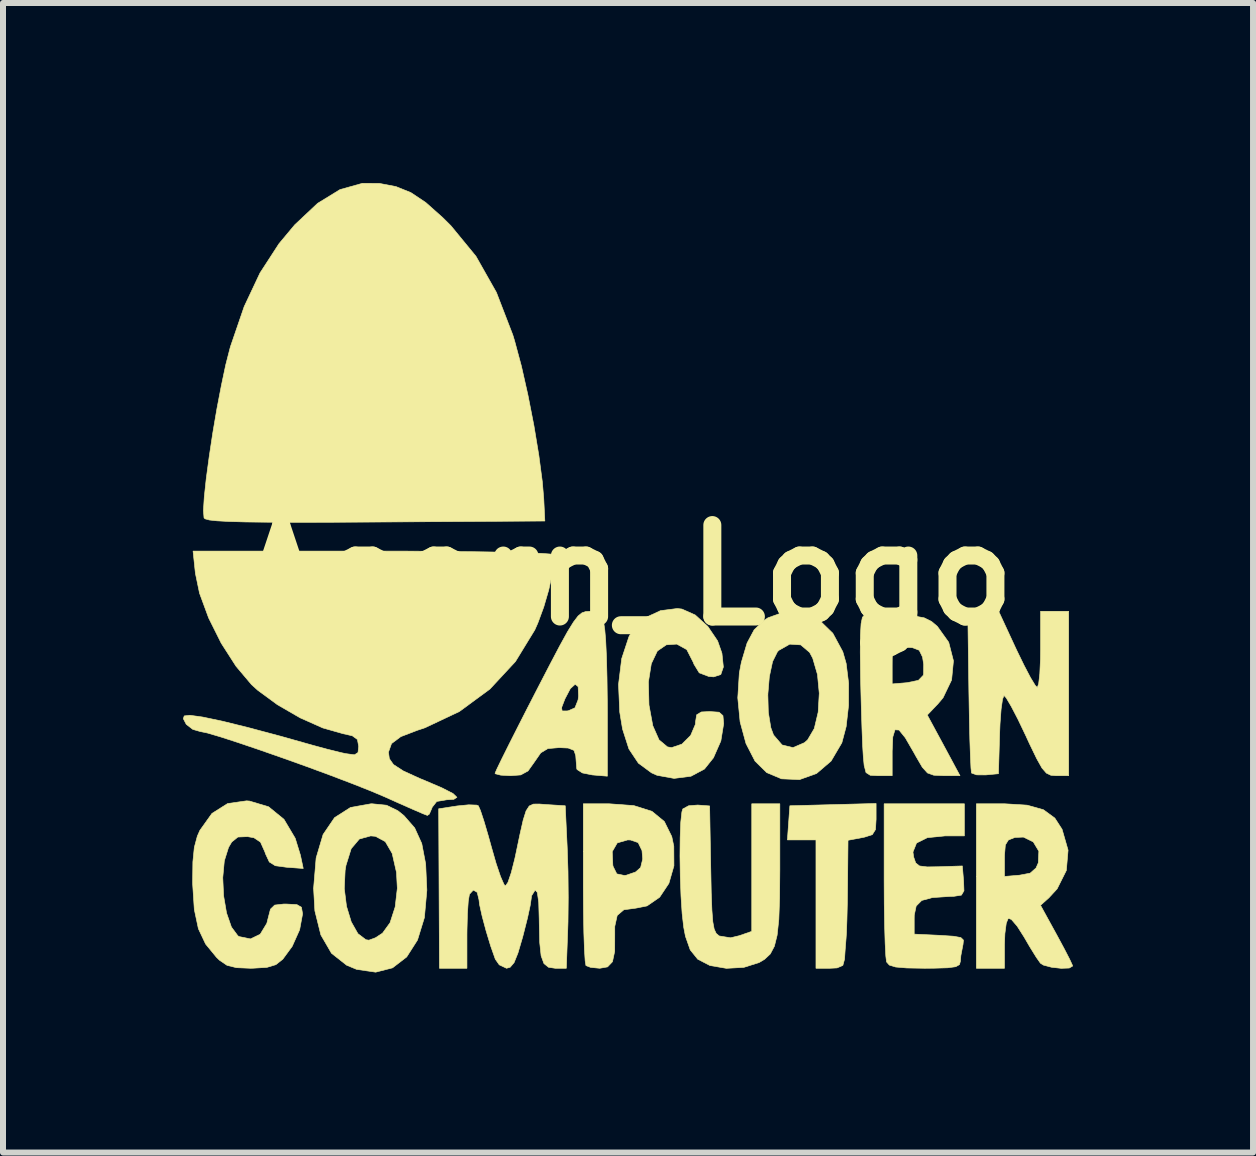
<source format=kicad_pcb>
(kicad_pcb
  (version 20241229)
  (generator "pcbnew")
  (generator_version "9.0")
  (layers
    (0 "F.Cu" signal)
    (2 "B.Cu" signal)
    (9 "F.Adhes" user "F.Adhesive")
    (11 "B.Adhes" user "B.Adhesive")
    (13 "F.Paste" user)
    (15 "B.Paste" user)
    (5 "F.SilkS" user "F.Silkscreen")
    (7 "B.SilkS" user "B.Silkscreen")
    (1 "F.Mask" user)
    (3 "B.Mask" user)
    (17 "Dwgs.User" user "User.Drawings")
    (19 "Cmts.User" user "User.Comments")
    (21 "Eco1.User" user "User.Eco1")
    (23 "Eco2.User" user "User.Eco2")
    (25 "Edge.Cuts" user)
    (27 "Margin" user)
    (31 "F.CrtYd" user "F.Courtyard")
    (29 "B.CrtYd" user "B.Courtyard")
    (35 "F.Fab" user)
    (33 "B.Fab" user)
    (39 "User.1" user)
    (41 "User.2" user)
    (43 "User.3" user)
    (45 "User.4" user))
  (footprint "Acorn_Logo"
    (layer "F.Cu")
    (at 7.405 6.534)
    (property "Reference" "Acorn_Logo" (at 0 0 0) (layer "F.SilkS") (effects (font (size 1.524 1.524) (thickness 0.3))))
    (attr through_hole)
    (fp_poly (pts (xy 4.144 4.068) (xy 4.134 4.239) (xy 4.081 4.324) (xy 3.95 4.366) (xy 3.91 4.374) (xy 3.676 4.418) (xy 3.669 5.133) (xy 3.665 5.452) (xy 3.658 5.74) (xy 3.65 5.959) (xy 3.644 6.049) (xy 3.628 6.251) (xy 3.618 6.4) (xy 3.59 6.503) (xy 3.494 6.545) (xy 3.376 6.551) (xy 3.142 6.551) (xy 3.142 4.412) (xy 2.666 4.412) (xy 2.707 3.843) (xy 3.426 3.824) (xy 4.144 3.805) (xy 4.144 4.068)) (stroke (width 0.01) (type solid)) (fill yes) (layer "F.SilkS"))
    (fp_poly (pts (xy 2.54 4.91) (xy 2.536 5.381) (xy 2.523 5.737) (xy 2.495 5.999) (xy 2.449 6.184) (xy 2.381 6.312) (xy 2.285 6.402) (xy 2.196 6.455) (xy 1.94 6.536) (xy 1.649 6.552) (xy 1.375 6.505) (xy 1.172 6.4) (xy 1.047 6.245) (xy 0.967 6.018) (xy 0.938 5.867) (xy 0.912 5.64) (xy 0.893 5.347) (xy 0.881 5.018) (xy 0.876 4.682) (xy 0.879 4.372) (xy 0.889 4.116) (xy 0.908 3.945) (xy 0.923 3.896) (xy 1.02 3.843) (xy 1.172 3.831) (xy 1.37 3.846) (xy 1.389 4.896) (xy 1.397 5.296) (xy 1.408 5.583) (xy 1.423 5.777) (xy 1.446 5.899) (xy 1.479 5.97) (xy 1.525 6.009) (xy 1.532 6.013) (xy 1.719 6.043) (xy 1.865 6.008) (xy 2.072 5.936) (xy 2.072 3.81) (xy 2.54 3.81) (xy 2.54 4.91)) (stroke (width 0.01) (type solid)) (fill yes) (layer "F.SilkS"))
    (fp_poly (pts (xy 6.48 1.237) (xy 6.607 1.498) (xy 6.717 1.708) (xy 6.797 1.839) (xy 6.83 1.872) (xy 6.853 1.81) (xy 6.872 1.643) (xy 6.883 1.401) (xy 6.885 1.237) (xy 6.885 0.602) (xy 7.353 0.602) (xy 7.353 3.342) (xy 7.149 3.342) (xy 7.057 3.335) (xy 6.982 3.299) (xy 6.908 3.214) (xy 6.82 3.057) (xy 6.7 2.809) (xy 6.638 2.674) (xy 6.509 2.404) (xy 6.396 2.187) (xy 6.313 2.046) (xy 6.275 2.005) (xy 6.251 2.067) (xy 6.227 2.234) (xy 6.209 2.478) (xy 6.202 2.657) (xy 6.183 3.309) (xy 5.972 3.329) (xy 5.818 3.328) (xy 5.735 3.298) (xy 5.734 3.296) (xy 5.725 3.215) (xy 5.716 3.022) (xy 5.706 2.738) (xy 5.698 2.384) (xy 5.691 1.981) (xy 5.69 1.922) (xy 5.672 0.602) (xy 6.186 0.602) (xy 6.48 1.237)) (stroke (width 0.01) (type solid)) (fill yes) (layer "F.SilkS"))
    (fp_poly (pts (xy -4.134 -6.528) (xy -3.857 -6.475) (xy -3.609 -6.375) (xy -3.36 -6.209) (xy -3.079 -5.959) (xy -2.941 -5.822) (xy -2.524 -5.314) (xy -2.183 -4.711) (xy -1.91 -4.003) (xy -1.879 -3.901) (xy -1.767 -3.485) (xy -1.658 -3.002) (xy -1.558 -2.492) (xy -1.476 -1.996) (xy -1.418 -1.556) (xy -1.394 -1.27) (xy -1.376 -0.902) (xy -4.199 -0.885) (xy -4.913 -0.881) (xy -5.503 -0.88) (xy -5.98 -0.882) (xy -6.355 -0.886) (xy -6.638 -0.894) (xy -6.839 -0.905) (xy -6.968 -0.919) (xy -7.037 -0.938) (xy -7.055 -0.954) (xy -7.065 -1.075) (xy -7.051 -1.301) (xy -7.018 -1.61) (xy -6.969 -1.974) (xy -6.909 -2.371) (xy -6.84 -2.775) (xy -6.766 -3.161) (xy -6.693 -3.506) (xy -6.622 -3.782) (xy -6.614 -3.81) (xy -6.386 -4.475) (xy -6.122 -5.036) (xy -5.806 -5.523) (xy -5.543 -5.838) (xy -5.162 -6.196) (xy -4.789 -6.425) (xy -4.417 -6.529) (xy -4.134 -6.528)) (stroke (width 0.01) (type solid)) (fill yes) (layer "F.SilkS"))
    (fp_poly (pts (xy 0.106 3.84) (xy 0.409 3.936) (xy 0.615 4.105) (xy 0.739 4.356) (xy 0.773 4.517) (xy 0.775 4.844) (xy 0.691 5.136) (xy 0.537 5.367) (xy 0.327 5.512) (xy 0.141 5.549) (xy -0.059 5.576) (xy -0.17 5.67) (xy -0.211 5.855) (xy -0.211 5.988) (xy -0.212 6.269) (xy -0.249 6.442) (xy -0.331 6.528) (xy -0.461 6.551) (xy -0.613 6.536) (xy -0.691 6.506) (xy -0.704 6.428) (xy -0.716 6.238) (xy -0.726 5.956) (xy -0.732 5.604) (xy -0.735 5.201) (xy -0.735 5.136) (xy -0.735 4.607) (xy -0.253 4.607) (xy -0.243 4.834) (xy -0.238 4.855) (xy -0.177 4.978) (xy -0.053 5.004) (xy -0.021 5.001) (xy 0.136 4.947) (xy 0.22 4.873) (xy 0.255 4.731) (xy 0.243 4.589) (xy 0.179 4.457) (xy 0.05 4.413) (xy 0.003 4.412) (xy -0.169 4.462) (xy -0.253 4.607) (xy -0.735 4.607) (xy -0.735 3.81) (xy -0.305 3.81) (xy 0.106 3.84)) (stroke (width 0.01) (type solid)) (fill yes) (layer "F.SilkS"))
    (fp_poly (pts (xy -4.014 3.834) (xy -3.825 3.926) (xy -3.724 4.007) (xy -3.545 4.212) (xy -3.427 4.472) (xy -3.362 4.811) (xy -3.342 5.25) (xy -3.383 5.707) (xy -3.498 6.08) (xy -3.678 6.362) (xy -3.914 6.544) (xy -4.195 6.616) (xy -4.513 6.569) (xy -4.679 6.5) (xy -4.931 6.301) (xy -5.108 5.996) (xy -5.208 5.594) (xy -5.229 5.223) (xy -4.718 5.223) (xy -4.681 5.518) (xy -4.602 5.778) (xy -4.491 5.974) (xy -4.358 6.075) (xy -4.308 6.083) (xy -4.199 6.043) (xy -4.081 5.966) (xy -3.955 5.792) (xy -3.87 5.529) (xy -3.834 5.218) (xy -3.848 4.953) (xy -3.92 4.637) (xy -4.034 4.441) (xy -4.198 4.352) (xy -4.278 4.345) (xy -4.467 4.397) (xy -4.603 4.558) (xy -4.69 4.837) (xy -4.704 4.922) (xy -4.718 5.223) (xy -5.229 5.223) (xy -5.229 5.216) (xy -5.187 4.713) (xy -5.071 4.322) (xy -4.88 4.041) (xy -4.614 3.871) (xy -4.273 3.81) (xy -4.253 3.81) (xy -4.014 3.834)) (stroke (width 0.01) (type solid)) (fill yes) (layer "F.SilkS"))
    (fp_poly (pts (xy 5.615 4.345) (xy 5.293 4.345) (xy 4.996 4.375) (xy 4.818 4.464) (xy 4.758 4.614) (xy 4.77 4.698) (xy 4.804 4.796) (xy 4.867 4.846) (xy 4.996 4.862) (xy 5.197 4.859) (xy 5.581 4.846) (xy 5.602 5.097) (xy 5.608 5.26) (xy 5.566 5.332) (xy 5.44 5.352) (xy 5.368 5.354) (xy 5.082 5.373) (xy 4.904 5.421) (xy 4.812 5.514) (xy 4.78 5.665) (xy 4.779 5.718) (xy 4.779 5.982) (xy 5.204 6.002) (xy 5.433 6.017) (xy 5.556 6.039) (xy 5.6 6.082) (xy 5.592 6.157) (xy 5.589 6.17) (xy 5.556 6.343) (xy 5.549 6.434) (xy 5.533 6.49) (xy 5.471 6.525) (xy 5.337 6.543) (xy 5.107 6.55) (xy 4.953 6.551) (xy 4.657 6.546) (xy 4.469 6.53) (xy 4.365 6.498) (xy 4.319 6.446) (xy 4.318 6.445) (xy 4.306 6.347) (xy 4.295 6.138) (xy 4.286 5.842) (xy 4.28 5.481) (xy 4.278 5.077) (xy 4.278 3.81) (xy 5.615 3.81) (xy 5.615 4.345)) (stroke (width 0.01) (type solid)) (fill yes) (layer "F.SilkS"))
    (fp_poly (pts (xy 2.926 0.622) (xy 3.195 0.747) (xy 3.423 0.969) (xy 3.589 1.276) (xy 3.645 1.471) (xy 3.686 1.801) (xy 3.685 2.171) (xy 3.645 2.524) (xy 3.573 2.794) (xy 3.394 3.098) (xy 3.152 3.305) (xy 2.868 3.407) (xy 2.568 3.394) (xy 2.321 3.29) (xy 2.126 3.098) (xy 1.976 2.806) (xy 1.878 2.445) (xy 1.839 2.044) (xy 1.843 1.988) (xy 2.34 1.988) (xy 2.348 2.286) (xy 2.39 2.543) (xy 2.435 2.664) (xy 2.578 2.83) (xy 2.759 2.874) (xy 2.95 2.792) (xy 3.003 2.745) (xy 3.114 2.556) (xy 3.179 2.283) (xy 3.197 1.969) (xy 3.167 1.655) (xy 3.088 1.384) (xy 3.036 1.287) (xy 2.888 1.162) (xy 2.705 1.15) (xy 2.525 1.252) (xy 2.5 1.277) (xy 2.419 1.44) (xy 2.365 1.692) (xy 2.34 1.988) (xy 1.843 1.988) (xy 1.865 1.631) (xy 1.899 1.452) (xy 1.994 1.132) (xy 2.112 0.911) (xy 2.274 0.755) (xy 2.344 0.71) (xy 2.636 0.605) (xy 2.926 0.622)) (stroke (width 0.01) (type solid)) (fill yes) (layer "F.SilkS"))
    (fp_poly (pts (xy 6.661 3.833) (xy 6.932 3.909) (xy 7.122 4.048) (xy 7.243 4.235) (xy 7.343 4.583) (xy 7.314 4.921) (xy 7.161 5.227) (xy 7.025 5.375) (xy 6.884 5.502) (xy 7.152 5.99) (xy 7.275 6.218) (xy 7.368 6.398) (xy 7.416 6.502) (xy 7.419 6.514) (xy 7.363 6.547) (xy 7.229 6.552) (xy 7.068 6.534) (xy 6.932 6.498) (xy 6.883 6.467) (xy 6.812 6.366) (xy 6.703 6.19) (xy 6.61 6.03) (xy 6.496 5.851) (xy 6.399 5.738) (xy 6.347 5.717) (xy 6.313 5.8) (xy 6.29 5.975) (xy 6.283 6.153) (xy 6.283 6.551) (xy 5.815 6.551) (xy 5.815 4.718) (xy 6.283 4.718) (xy 6.283 5.021) (xy 6.533 5) (xy 6.712 4.966) (xy 6.809 4.88) (xy 6.847 4.794) (xy 6.856 4.6) (xy 6.763 4.445) (xy 6.599 4.365) (xy 6.456 4.371) (xy 6.349 4.413) (xy 6.298 4.496) (xy 6.284 4.661) (xy 6.283 4.718) (xy 5.815 4.718) (xy 5.815 3.81) (xy 6.286 3.81) (xy 6.661 3.833)) (stroke (width 0.01) (type solid)) (fill yes) (layer "F.SilkS"))
    (fp_poly (pts (xy 0.908 0.565) (xy 1.13 0.664) (xy 1.34 0.855) (xy 1.503 1.096) (xy 1.575 1.301) (xy 1.599 1.531) (xy 1.556 1.656) (xy 1.438 1.695) (xy 1.355 1.688) (xy 1.197 1.628) (xy 1.108 1.482) (xy 1.098 1.454) (xy 0.989 1.241) (xy 0.823 1.149) (xy 0.648 1.161) (xy 0.499 1.264) (xy 0.398 1.476) (xy 0.35 1.779) (xy 0.359 2.155) (xy 0.36 2.168) (xy 0.423 2.51) (xy 0.527 2.745) (xy 0.667 2.862) (xy 0.737 2.874) (xy 0.908 2.816) (xy 1.054 2.671) (xy 1.132 2.488) (xy 1.136 2.44) (xy 1.154 2.327) (xy 1.232 2.28) (xy 1.37 2.273) (xy 1.527 2.284) (xy 1.592 2.341) (xy 1.604 2.475) (xy 1.557 2.763) (xy 1.434 3.043) (xy 1.284 3.231) (xy 1.059 3.351) (xy 0.778 3.387) (xy 0.493 3.335) (xy 0.403 3.295) (xy 0.183 3.133) (xy 0.025 2.896) (xy -0.081 2.565) (xy -0.128 2.281) (xy -0.148 1.822) (xy -0.095 1.391) (xy 0.025 1.027) (xy 0.096 0.899) (xy 0.288 0.714) (xy 0.551 0.592) (xy 0.831 0.556) (xy 0.908 0.565)) (stroke (width 0.01) (type solid)) (fill yes) (layer "F.SilkS"))
    (fp_poly (pts (xy -0.499 0.612) (xy -0.431 0.665) (xy -0.394 0.796) (xy -0.377 0.912) (xy -0.362 1.087) (xy -0.349 1.365) (xy -0.34 1.712) (xy -0.335 2.096) (xy -0.334 2.286) (xy -0.334 3.35) (xy -0.585 3.329) (xy -0.75 3.296) (xy -0.839 3.239) (xy -0.844 3.225) (xy -0.855 3.089) (xy -0.861 3.008) (xy -0.89 2.92) (xy -0.987 2.881) (xy -1.139 2.874) (xy -1.326 2.89) (xy -1.444 2.961) (xy -1.546 3.108) (xy -1.656 3.263) (xy -1.777 3.329) (xy -1.945 3.342) (xy -2.11 3.333) (xy -2.2 3.31) (xy -2.206 3.302) (xy -2.176 3.233) (xy -2.094 3.063) (xy -1.968 2.81) (xy -1.806 2.49) (xy -1.662 2.207) (xy -1.097 2.207) (xy -1.088 2.263) (xy -1.006 2.263) (xy -0.985 2.26) (xy -0.874 2.211) (xy -0.822 2.079) (xy -0.814 2.015) (xy -0.821 1.858) (xy -0.871 1.818) (xy -0.952 1.892) (xy -1.041 2.062) (xy -1.097 2.207) (xy -1.662 2.207) (xy -1.618 2.122) (xy -1.521 1.933) (xy -1.298 1.502) (xy -1.127 1.177) (xy -0.997 0.941) (xy -0.898 0.781) (xy -0.822 0.681) (xy -0.757 0.628) (xy -0.695 0.607) (xy -0.627 0.603) (xy -0.499 0.612)) (stroke (width 0.01) (type solid)) (fill yes) (layer "F.SilkS"))
    (fp_poly (pts (xy -6.296 3.765) (xy -5.979 3.86) (xy -5.723 4.069) (xy -5.536 4.384) (xy -5.449 4.666) (xy -5.402 4.888) (xy -5.684 4.867) (xy -5.868 4.842) (xy -5.967 4.78) (xy -6.03 4.645) (xy -6.041 4.612) (xy -6.114 4.449) (xy -6.223 4.376) (xy -6.33 4.357) (xy -6.491 4.364) (xy -6.594 4.447) (xy -6.647 4.538) (xy -6.717 4.761) (xy -6.743 5.042) (xy -6.729 5.344) (xy -6.68 5.63) (xy -6.599 5.864) (xy -6.491 6.01) (xy -6.47 6.023) (xy -6.281 6.062) (xy -6.119 5.984) (xy -6.009 5.803) (xy -5.988 5.72) (xy -5.948 5.566) (xy -5.878 5.498) (xy -5.731 5.481) (xy -5.679 5.481) (xy -5.508 5.49) (xy -5.432 5.534) (xy -5.414 5.637) (xy -5.414 5.65) (xy -5.462 5.909) (xy -5.586 6.186) (xy -5.743 6.4) (xy -5.858 6.491) (xy -6.007 6.536) (xy -6.238 6.55) (xy -6.277 6.551) (xy -6.515 6.541) (xy -6.672 6.502) (xy -6.797 6.417) (xy -6.847 6.369) (xy -7.029 6.147) (xy -7.149 5.892) (xy -7.217 5.572) (xy -7.244 5.157) (xy -7.245 5.113) (xy -7.241 4.778) (xy -7.217 4.537) (xy -7.167 4.35) (xy -7.124 4.253) (xy -6.923 3.971) (xy -6.662 3.806) (xy -6.346 3.761) (xy -6.296 3.765)) (stroke (width 0.01) (type solid)) (fill yes) (layer "F.SilkS"))
    (fp_poly (pts (xy 4.263 0.664) (xy 4.509 0.668) (xy 4.512 0.668) (xy 4.773 0.68) (xy 4.945 0.711) (xy 5.069 0.773) (xy 5.164 0.853) (xy 5.354 1.119) (xy 5.433 1.428) (xy 5.402 1.747) (xy 5.26 2.043) (xy 5.177 2.142) (xy 4.997 2.331) (xy 5.27 2.836) (xy 5.542 3.342) (xy 5.261 3.341) (xy 5.105 3.334) (xy 5.001 3.297) (xy 4.914 3.201) (xy 4.809 3.021) (xy 4.776 2.961) (xy 4.63 2.709) (xy 4.526 2.581) (xy 4.459 2.577) (xy 4.422 2.697) (xy 4.412 2.935) (xy 4.412 3.342) (xy 4.184 3.342) (xy 4.047 3.335) (xy 3.976 3.29) (xy 3.945 3.171) (xy 3.931 3.025) (xy 3.92 2.844) (xy 3.909 2.563) (xy 3.898 2.215) (xy 3.888 1.833) (xy 3.885 1.688) (xy 3.883 1.508) (xy 4.412 1.508) (xy 4.412 1.813) (xy 4.662 1.792) (xy 4.849 1.753) (xy 4.93 1.669) (xy 4.935 1.649) (xy 4.937 1.487) (xy 4.918 1.365) (xy 4.863 1.252) (xy 4.748 1.208) (xy 4.644 1.203) (xy 4.502 1.209) (xy 4.434 1.253) (xy 4.413 1.368) (xy 4.412 1.508) (xy 3.883 1.508) (xy 3.88 1.283) (xy 3.883 0.996) (xy 3.894 0.808) (xy 3.916 0.703) (xy 3.948 0.665) (xy 3.955 0.663) (xy 4.064 0.662) (xy 4.263 0.664)) (stroke (width 0.01) (type solid)) (fill yes) (layer "F.SilkS"))
    (fp_poly (pts (xy -1.351 3.823) (xy -1.036 3.843) (xy -1.003 4.545) (xy -0.99 4.937) (xy -0.986 5.372) (xy -0.99 5.776) (xy -0.994 5.899) (xy -1.018 6.551) (xy -1.203 6.551) (xy -1.315 6.534) (xy -1.391 6.472) (xy -1.438 6.343) (xy -1.461 6.126) (xy -1.469 5.801) (xy -1.47 5.728) (xy -1.478 5.452) (xy -1.501 5.288) (xy -1.537 5.247) (xy -1.537 5.247) (xy -1.597 5.343) (xy -1.604 5.397) (xy -1.621 5.51) (xy -1.665 5.713) (xy -1.729 5.966) (xy -1.745 6.028) (xy -1.824 6.297) (xy -1.889 6.458) (xy -1.954 6.534) (xy -2.014 6.551) (xy -2.135 6.494) (xy -2.201 6.4) (xy -2.278 6.182) (xy -2.355 5.928) (xy -2.421 5.682) (xy -2.464 5.488) (xy -2.473 5.41) (xy -2.503 5.286) (xy -2.568 5.248) (xy -2.632 5.317) (xy -2.633 5.32) (xy -2.652 5.433) (xy -2.666 5.64) (xy -2.673 5.904) (xy -2.674 5.988) (xy -2.674 6.551) (xy -3.132 6.551) (xy -3.145 3.893) (xy -2.837 3.846) (xy -2.645 3.827) (xy -2.512 3.832) (xy -2.484 3.843) (xy -2.449 3.922) (xy -2.39 4.101) (xy -2.317 4.349) (xy -2.266 4.533) (xy -2.188 4.805) (xy -2.115 5.021) (xy -2.057 5.153) (xy -2.033 5.18) (xy -1.991 5.12) (xy -1.936 4.96) (xy -1.878 4.732) (xy -1.866 4.678) (xy -1.792 4.325) (xy -1.737 4.082) (xy -1.689 3.929) (xy -1.636 3.847) (xy -1.566 3.815) (xy -1.468 3.814) (xy -1.351 3.823)) (stroke (width 0.01) (type solid)) (fill yes) (layer "F.SilkS"))
    (fp_poly (pts (xy -3.631 -0.4) (xy -3.05 -0.396) (xy -2.526 -0.39) (xy -2.074 -0.383) (xy -1.707 -0.373) (xy -1.437 -0.363) (xy -1.279 -0.351) (xy -1.241 -0.342) (xy -1.227 -0.224) (xy -1.253 -0.017) (xy -1.311 0.246) (xy -1.394 0.53) (xy -1.493 0.799) (xy -1.543 0.912) (xy -1.866 1.44) (xy -2.292 1.899) (xy -2.801 2.273) (xy -3.373 2.543) (xy -3.502 2.586) (xy -3.776 2.691) (xy -3.931 2.807) (xy -3.982 2.95) (xy -3.967 3.059) (xy -3.899 3.156) (xy -3.734 3.263) (xy -3.456 3.39) (xy -3.401 3.412) (xy -3.092 3.544) (xy -2.906 3.639) (xy -2.841 3.702) (xy -2.893 3.736) (xy -3.01 3.743) (xy -3.177 3.771) (xy -3.253 3.867) (xy -3.256 3.877) (xy -3.301 3.982) (xy -3.333 4.004) (xy -3.408 3.975) (xy -3.577 3.902) (xy -3.815 3.797) (xy -4.044 3.694) (xy -4.276 3.596) (xy -4.584 3.474) (xy -4.946 3.336) (xy -5.339 3.191) (xy -5.741 3.047) (xy -6.13 2.911) (xy -6.484 2.791) (xy -6.78 2.695) (xy -6.997 2.631) (xy -7.112 2.607) (xy -7.115 2.607) (xy -7.242 2.57) (xy -7.351 2.486) (xy -7.4 2.392) (xy -7.385 2.346) (xy -7.291 2.335) (xy -7.076 2.365) (xy -6.748 2.434) (xy -6.311 2.542) (xy -5.772 2.686) (xy -5.247 2.834) (xy -5.004 2.9) (xy -4.774 2.957) (xy -4.696 2.974) (xy -4.548 2.994) (xy -4.489 2.956) (xy -4.478 2.852) (xy -4.499 2.739) (xy -4.584 2.677) (xy -4.742 2.641) (xy -5.076 2.546) (xy -5.455 2.377) (xy -5.832 2.159) (xy -6.16 1.918) (xy -6.262 1.826) (xy -6.522 1.518) (xy -6.769 1.133) (xy -6.978 0.714) (xy -7.13 0.301) (xy -7.199 -0.031) (xy -7.238 -0.401) (xy -4.258 -0.401) (xy -3.631 -0.4)) (stroke (width 0.01) (type solid)) (fill yes) (layer "F.SilkS")))
  (gr_rect
    (start -3 -3)
    (end 17.83 16.155)
    (stroke (width 0.1) (type default))
    (fill no)
    (layer "Edge.Cuts")))
</source>
